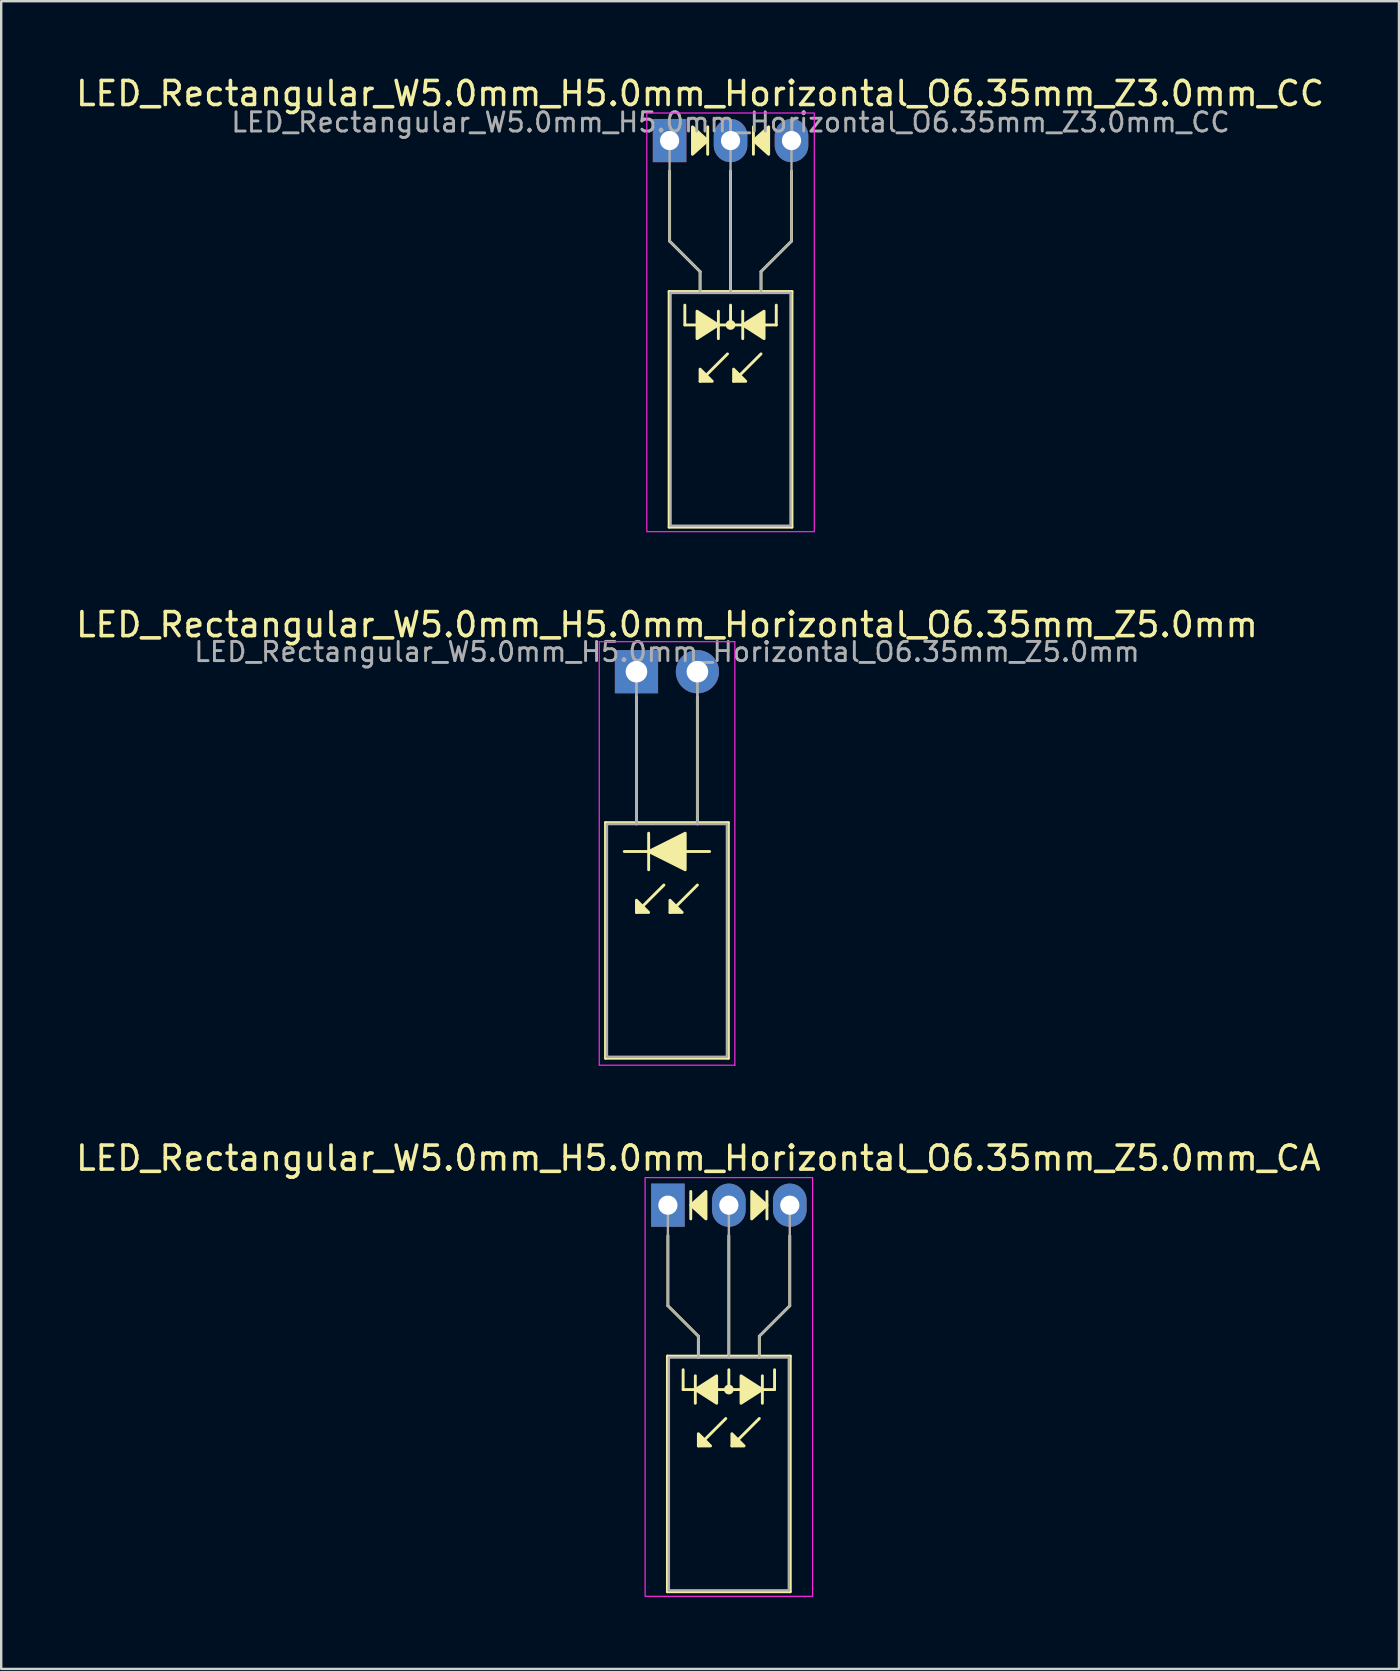
<source format=kicad_pcb>
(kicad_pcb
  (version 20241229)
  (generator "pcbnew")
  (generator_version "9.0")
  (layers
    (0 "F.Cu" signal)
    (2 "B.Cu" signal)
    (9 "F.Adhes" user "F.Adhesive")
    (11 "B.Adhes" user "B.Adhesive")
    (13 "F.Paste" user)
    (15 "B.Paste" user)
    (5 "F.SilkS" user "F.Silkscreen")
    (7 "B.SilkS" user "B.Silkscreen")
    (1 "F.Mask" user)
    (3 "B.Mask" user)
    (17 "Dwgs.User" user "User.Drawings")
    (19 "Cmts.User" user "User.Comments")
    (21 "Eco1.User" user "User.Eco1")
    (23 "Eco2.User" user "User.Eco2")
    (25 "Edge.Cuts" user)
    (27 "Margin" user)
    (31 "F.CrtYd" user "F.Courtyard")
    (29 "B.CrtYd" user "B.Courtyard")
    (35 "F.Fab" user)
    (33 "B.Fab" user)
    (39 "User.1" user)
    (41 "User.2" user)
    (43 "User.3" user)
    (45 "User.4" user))
  (footprint "LED_Rectangular_W5.0mm_H5.0mm_Horizontal_O6.35mm_Z5.0mm"
    (layer "F.Cu")
    (at 23.474 24.942)
    (property "Reference" "LED_Rectangular_W5.0mm_H5.0mm_Horizontal_O6.35mm_Z5.0mm" (at 1.27 -1.96 0) (layer "F.SilkS") (effects (font (size 1 1) (thickness 0.15))))
    (fp_line (start -1.29 6.29) (end -1.29 16.11) (stroke (width 0.12) (type solid)) (layer "F.SilkS"))
    (fp_line (start -1.29 16.11) (end 3.83 16.11) (stroke (width 0.12) (type solid)) (layer "F.SilkS"))
    (fp_line (start 0 1.08) (end 0 1.08) (stroke (width 0.12) (type solid)) (layer "F.SilkS"))
    (fp_line (start 0 1.08) (end 0 6.29) (stroke (width 0.12) (type solid)) (layer "F.SilkS"))
    (fp_line (start 0 6.29) (end 0 1.08) (stroke (width 0.12) (type solid)) (layer "F.SilkS"))
    (fp_line (start 0 6.29) (end 0 6.29) (stroke (width 0.12) (type solid)) (layer "F.SilkS"))
    (fp_line (start 0.508 6.731) (end 0.508 8.255) (stroke (width 0.12) (type solid)) (layer "F.SilkS"))
    (fp_line (start 0.508 7.493) (end -0.508 7.493) (stroke (width 0.12) (type solid)) (layer "F.SilkS"))
    (fp_line (start 1.143 8.89) (end 0 10.033) (stroke (width 0.12) (type solid)) (layer "F.SilkS"))
    (fp_line (start 2.54 1.08) (end 2.54 1.08) (stroke (width 0.12) (type solid)) (layer "F.SilkS"))
    (fp_line (start 2.54 1.08) (end 2.54 6.29) (stroke (width 0.12) (type solid)) (layer "F.SilkS"))
    (fp_line (start 2.54 6.29) (end 2.54 1.08) (stroke (width 0.12) (type solid)) (layer "F.SilkS"))
    (fp_line (start 2.54 6.29) (end 2.54 6.29) (stroke (width 0.12) (type solid)) (layer "F.SilkS"))
    (fp_line (start 2.54 8.89) (end 1.397 10.033) (stroke (width 0.12) (type solid)) (layer "F.SilkS"))
    (fp_line (start 3.048 7.493) (end 2.032 7.493) (stroke (width 0.12) (type solid)) (layer "F.SilkS"))
    (fp_line (start 3.83 6.29) (end -1.29 6.29) (stroke (width 0.12) (type solid)) (layer "F.SilkS"))
    (fp_line (start 3.83 16.11) (end 3.83 6.29) (stroke (width 0.12) (type solid)) (layer "F.SilkS"))
    (fp_poly (pts (xy 0 9.525) (xy 0.508 10.033) (xy 0 10.033)) (stroke (width 0.12) (type solid)) (fill yes) (layer "F.SilkS"))
    (fp_poly (pts (xy 1.397 9.525) (xy 1.905 10.033) (xy 1.397 10.033)) (stroke (width 0.12) (type solid)) (fill yes) (layer "F.SilkS"))
    (fp_poly (pts (xy 2.032 8.255) (xy 0.508 7.493) (xy 2.032 6.731)) (stroke (width 0.12) (type solid)) (fill yes) (layer "F.SilkS"))
    (fp_line (start -1.55 -1.25) (end -1.55 16.4) (stroke (width 0.05) (type solid)) (layer "F.CrtYd"))
    (fp_line (start -1.55 16.4) (end 4.1 16.4) (stroke (width 0.05) (type solid)) (layer "F.CrtYd"))
    (fp_line (start 4.1 -1.25) (end -1.55 -1.25) (stroke (width 0.05) (type solid)) (layer "F.CrtYd"))
    (fp_line (start 4.1 16.4) (end 4.1 -1.25) (stroke (width 0.05) (type solid)) (layer "F.CrtYd"))
    (fp_line (start -1.23 6.35) (end -1.23 16.05) (stroke (width 0.1) (type solid)) (layer "F.Fab"))
    (fp_line (start -1.23 16.05) (end 3.77 16.05) (stroke (width 0.1) (type solid)) (layer "F.Fab"))
    (fp_line (start 0 0) (end 0 0) (stroke (width 0.1) (type solid)) (layer "F.Fab"))
    (fp_line (start 0 0) (end 0 6.35) (stroke (width 0.1) (type solid)) (layer "F.Fab"))
    (fp_line (start 0 6.35) (end 0 0) (stroke (width 0.1) (type solid)) (layer "F.Fab"))
    (fp_line (start 0 6.35) (end 0 6.35) (stroke (width 0.1) (type solid)) (layer "F.Fab"))
    (fp_line (start 2.54 0) (end 2.54 0) (stroke (width 0.1) (type solid)) (layer "F.Fab"))
    (fp_line (start 2.54 0) (end 2.54 6.35) (stroke (width 0.1) (type solid)) (layer "F.Fab"))
    (fp_line (start 2.54 6.35) (end 2.54 0) (stroke (width 0.1) (type solid)) (layer "F.Fab"))
    (fp_line (start 2.54 6.35) (end 2.54 6.35) (stroke (width 0.1) (type solid)) (layer "F.Fab"))
    (fp_line (start 3.77 6.35) (end -1.23 6.35) (stroke (width 0.1) (type solid)) (layer "F.Fab"))
    (fp_line (start 3.77 16.05) (end 3.77 6.35) (stroke (width 0.1) (type solid)) (layer "F.Fab"))
    (fp_text user "${REFERENCE}" (at 1.27 -0.826 0) (layer "F.Fab") (effects (font (size 0.8 0.8) (thickness 0.12))))
    (pad "1" thru_hole rect (at 0 0) (size 1.8 1.8) (drill 0.9) (layers "*.Cu" "*.Mask"))
    (pad "2" thru_hole circle (at 2.54 0) (size 1.8 1.8) (drill 0.9) (layers "*.Cu" "*.Mask")))
  (footprint "LED_Rectangular_W5.0mm_H5.0mm_Horizontal_O6.35mm_Z5.0mm_CA"
    (layer "F.Cu")
    (at 24.784 47.175)
    (property "Reference" "LED_Rectangular_W5.0mm_H5.0mm_Horizontal_O6.35mm_Z5.0mm_CA" (at 1.27 -1.96 0) (layer "F.SilkS") (effects (font (size 1 1) (thickness 0.15))))
    (fp_line (start -0.02 6.29) (end -0.02 16.11) (stroke (width 0.12) (type solid)) (layer "F.SilkS"))
    (fp_line (start -0.02 16.11) (end 5.1 16.11) (stroke (width 0.12) (type solid)) (layer "F.SilkS"))
    (fp_line (start 0 1.27) (end 0 4.191) (stroke (width 0.12) (type default)) (layer "F.SilkS"))
    (fp_line (start 0 4.191) (end 1.27 5.461) (stroke (width 0.12) (type default)) (layer "F.SilkS"))
    (fp_line (start 0.635 7.684) (end 0.635 6.858) (stroke (width 0.12) (type default)) (layer "F.SilkS"))
    (fp_line (start 0.635 7.684) (end 4.445 7.684) (stroke (width 0.12) (type default)) (layer "F.SilkS"))
    (fp_line (start 0.953 -0.572) (end 0.953 0.572) (stroke (width 0.12) (type solid)) (layer "F.SilkS"))
    (fp_line (start 1.143 7.112) (end 1.143 8.255) (stroke (width 0.12) (type solid)) (layer "F.SilkS"))
    (fp_line (start 1.27 5.461) (end 1.27 6.29) (stroke (width 0.12) (type default)) (layer "F.SilkS"))
    (fp_line (start 1.27 6.29) (end 1.27 6.29) (stroke (width 0.12) (type solid)) (layer "F.SilkS"))
    (fp_line (start 2.413 8.89) (end 1.27 10.033) (stroke (width 0.12) (type solid)) (layer "F.SilkS"))
    (fp_line (start 2.54 6.29) (end 2.54 1.27) (stroke (width 0.12) (type default)) (layer "F.SilkS"))
    (fp_line (start 2.54 7.684) (end 2.54 6.858) (stroke (width 0.12) (type default)) (layer "F.SilkS"))
    (fp_line (start 3.81 5.461) (end 3.81 6.29) (stroke (width 0.12) (type default)) (layer "F.SilkS"))
    (fp_line (start 3.81 6.29) (end 3.81 6.29) (stroke (width 0.12) (type solid)) (layer "F.SilkS"))
    (fp_line (start 3.81 8.89) (end 2.667 10.033) (stroke (width 0.12) (type solid)) (layer "F.SilkS"))
    (fp_line (start 3.937 8.255) (end 3.937 7.112) (stroke (width 0.12) (type solid)) (layer "F.SilkS"))
    (fp_line (start 4.128 0.572) (end 4.128 -0.572) (stroke (width 0.12) (type solid)) (layer "F.SilkS"))
    (fp_line (start 4.445 7.684) (end 4.445 6.858) (stroke (width 0.12) (type default)) (layer "F.SilkS"))
    (fp_line (start 5.08 1.27) (end 5.08 4.191) (stroke (width 0.12) (type default)) (layer "F.SilkS"))
    (fp_line (start 5.08 4.191) (end 3.81 5.461) (stroke (width 0.12) (type default)) (layer "F.SilkS"))
    (fp_line (start 5.1 6.29) (end -0.02 6.29) (stroke (width 0.12) (type solid)) (layer "F.SilkS"))
    (fp_line (start 5.1 16.11) (end 5.1 6.29) (stroke (width 0.12) (type solid)) (layer "F.SilkS"))
    (fp_circle (center 2.54 7.684) (end 2.682 7.684) (stroke (width 0.12) (type solid)) (fill yes) (layer "F.SilkS"))
    (fp_poly (pts (xy 1.27 9.525) (xy 1.778 10.033) (xy 1.27 10.033)) (stroke (width 0.12) (type solid)) (fill yes) (layer "F.SilkS"))
    (fp_poly (pts (xy 1.587 0.572) (xy 0.953 0) (xy 1.587 -0.572)) (stroke (width 0.12) (type solid)) (fill yes) (layer "F.SilkS"))
    (fp_poly (pts (xy 2.032 8.255) (xy 1.143 7.684) (xy 2.032 7.112)) (stroke (width 0.12) (type solid)) (fill yes) (layer "F.SilkS"))
    (fp_poly (pts (xy 2.667 9.525) (xy 3.175 10.033) (xy 2.667 10.033)) (stroke (width 0.12) (type solid)) (fill yes) (layer "F.SilkS"))
    (fp_poly (pts (xy 3.048 7.112) (xy 3.937 7.684) (xy 3.048 8.255)) (stroke (width 0.12) (type solid)) (fill yes) (layer "F.SilkS"))
    (fp_poly (pts (xy 3.493 -0.572) (xy 4.128 0) (xy 3.493 0.572)) (stroke (width 0.12) (type solid)) (fill yes) (layer "F.SilkS"))
    (fp_rect (start -0.95 -1.15) (end 6.03 16.3) (stroke (width 0.05) (type default)) (fill no) (layer "F.CrtYd"))
    (fp_line (start 0 0) (end 0 0) (stroke (width 0.1) (type solid)) (layer "F.Fab"))
    (fp_line (start 0 4.191) (end 0 0) (stroke (width 0.1) (type default)) (layer "F.Fab"))
    (fp_line (start 0.04 6.35) (end 0.04 16.05) (stroke (width 0.1) (type solid)) (layer "F.Fab"))
    (fp_line (start 0.04 16.05) (end 5.04 16.05) (stroke (width 0.1) (type solid)) (layer "F.Fab"))
    (fp_line (start 1.27 5.461) (end 0 4.191) (stroke (width 0.1) (type default)) (layer "F.Fab"))
    (fp_line (start 1.27 5.461) (end 1.27 6.35) (stroke (width 0.1) (type default)) (layer "F.Fab"))
    (fp_line (start 1.27 6.35) (end 1.27 6.35) (stroke (width 0.1) (type solid)) (layer "F.Fab"))
    (fp_line (start 2.54 0) (end 2.54 0) (stroke (width 0.1) (type solid)) (layer "F.Fab"))
    (fp_line (start 2.54 0) (end 2.54 6.35) (stroke (width 0.1) (type default)) (layer "F.Fab"))
    (fp_line (start 3.81 5.461) (end 3.81 6.35) (stroke (width 0.1) (type default)) (layer "F.Fab"))
    (fp_line (start 3.81 5.461) (end 5.08 4.191) (stroke (width 0.1) (type default)) (layer "F.Fab"))
    (fp_line (start 3.81 6.35) (end 3.81 6.35) (stroke (width 0.1) (type solid)) (layer "F.Fab"))
    (fp_line (start 5.04 6.35) (end 0.04 6.35) (stroke (width 0.1) (type solid)) (layer "F.Fab"))
    (fp_line (start 5.04 16.05) (end 5.04 6.35) (stroke (width 0.1) (type solid)) (layer "F.Fab"))
    (fp_line (start 5.08 4.191) (end 5.08 0) (stroke (width 0.1) (type default)) (layer "F.Fab"))
    (pad "1" thru_hole rect (at 0 0) (size 1.4 1.8) (drill 0.8) (layers "*.Cu" "*.Mask"))
    (pad "2" thru_hole oval (at 2.54 0) (size 1.4 1.8) (drill 0.8) (layers "*.Cu" "*.Mask"))
    (pad "3" thru_hole oval (at 5.08 0) (size 1.4 1.8) (drill 0.8) (layers "*.Cu" "*.Mask")))
  (footprint "LED_Rectangular_W5.0mm_H5.0mm_Horizontal_O6.35mm_Z3.0mm_CC"
    (layer "F.Cu")
    (at 24.855 2.808)
    (property "Reference" "LED_Rectangular_W5.0mm_H5.0mm_Horizontal_O6.35mm_Z3.0mm_CC" (at 1.27 -1.96 0) (layer "F.SilkS") (effects (font (size 1 1) (thickness 0.15))))
    (fp_line (start -0.02 6.29) (end -0.02 16.11) (stroke (width 0.12) (type solid)) (layer "F.SilkS"))
    (fp_line (start -0.02 16.11) (end 5.1 16.11) (stroke (width 0.12) (type solid)) (layer "F.SilkS"))
    (fp_line (start 0 1.27) (end 0 4.191) (stroke (width 0.12) (type default)) (layer "F.SilkS"))
    (fp_line (start 0 4.191) (end 1.27 5.461) (stroke (width 0.12) (type default)) (layer "F.SilkS"))
    (fp_line (start 0.635 7.684) (end 0.635 6.858) (stroke (width 0.12) (type default)) (layer "F.SilkS"))
    (fp_line (start 0.635 7.684) (end 4.445 7.684) (stroke (width 0.12) (type default)) (layer "F.SilkS"))
    (fp_line (start 1.27 5.461) (end 1.27 6.29) (stroke (width 0.12) (type default)) (layer "F.SilkS"))
    (fp_line (start 1.27 6.29) (end 1.27 6.29) (stroke (width 0.12) (type solid)) (layer "F.SilkS"))
    (fp_line (start 1.587 0.572) (end 1.587 -0.572) (stroke (width 0.12) (type solid)) (layer "F.SilkS"))
    (fp_line (start 2.032 8.255) (end 2.032 7.112) (stroke (width 0.12) (type solid)) (layer "F.SilkS"))
    (fp_line (start 2.413 8.89) (end 1.27 10.033) (stroke (width 0.12) (type solid)) (layer "F.SilkS"))
    (fp_line (start 2.54 6.29) (end 2.54 1.27) (stroke (width 0.12) (type default)) (layer "F.SilkS"))
    (fp_line (start 2.54 7.684) (end 2.54 6.858) (stroke (width 0.12) (type default)) (layer "F.SilkS"))
    (fp_line (start 3.048 7.112) (end 3.048 8.255) (stroke (width 0.12) (type solid)) (layer "F.SilkS"))
    (fp_line (start 3.493 -0.572) (end 3.493 0.572) (stroke (width 0.12) (type solid)) (layer "F.SilkS"))
    (fp_line (start 3.81 5.461) (end 3.81 6.29) (stroke (width 0.12) (type default)) (layer "F.SilkS"))
    (fp_line (start 3.81 6.29) (end 3.81 6.29) (stroke (width 0.12) (type solid)) (layer "F.SilkS"))
    (fp_line (start 3.81 8.89) (end 2.667 10.033) (stroke (width 0.12) (type solid)) (layer "F.SilkS"))
    (fp_line (start 4.445 7.684) (end 4.445 6.858) (stroke (width 0.12) (type default)) (layer "F.SilkS"))
    (fp_line (start 5.08 1.27) (end 5.08 4.191) (stroke (width 0.12) (type default)) (layer "F.SilkS"))
    (fp_line (start 5.08 4.191) (end 3.81 5.461) (stroke (width 0.12) (type default)) (layer "F.SilkS"))
    (fp_line (start 5.1 6.29) (end -0.02 6.29) (stroke (width 0.12) (type solid)) (layer "F.SilkS"))
    (fp_line (start 5.1 16.11) (end 5.1 6.29) (stroke (width 0.12) (type solid)) (layer "F.SilkS"))
    (fp_circle (center 2.54 7.684) (end 2.682 7.684) (stroke (width 0.12) (type solid)) (fill yes) (layer "F.SilkS"))
    (fp_poly (pts (xy 0.953 -0.572) (xy 1.587 0) (xy 0.953 0.572)) (stroke (width 0.12) (type solid)) (fill yes) (layer "F.SilkS"))
    (fp_poly (pts (xy 1.143 7.112) (xy 2.032 7.684) (xy 1.143 8.255)) (stroke (width 0.12) (type solid)) (fill yes) (layer "F.SilkS"))
    (fp_poly (pts (xy 1.27 9.525) (xy 1.778 10.033) (xy 1.27 10.033)) (stroke (width 0.12) (type solid)) (fill yes) (layer "F.SilkS"))
    (fp_poly (pts (xy 2.667 9.525) (xy 3.175 10.033) (xy 2.667 10.033)) (stroke (width 0.12) (type solid)) (fill yes) (layer "F.SilkS"))
    (fp_poly (pts (xy 3.937 8.255) (xy 3.048 7.684) (xy 3.937 7.112)) (stroke (width 0.12) (type solid)) (fill yes) (layer "F.SilkS"))
    (fp_poly (pts (xy 4.128 0.572) (xy 3.493 0) (xy 4.128 -0.572)) (stroke (width 0.12) (type solid)) (fill yes) (layer "F.SilkS"))
    (fp_rect (start -0.95 -1.15) (end 6.03 16.3) (stroke (width 0.05) (type default)) (fill no) (layer "F.CrtYd"))
    (fp_line (start 0 0) (end 0 0) (stroke (width 0.1) (type solid)) (layer "F.Fab"))
    (fp_line (start 0 4.191) (end 0 0) (stroke (width 0.1) (type default)) (layer "F.Fab"))
    (fp_line (start 0.04 6.35) (end 0.04 16.05) (stroke (width 0.1) (type solid)) (layer "F.Fab"))
    (fp_line (start 0.04 16.05) (end 5.04 16.05) (stroke (width 0.1) (type solid)) (layer "F.Fab"))
    (fp_line (start 1.27 5.461) (end 0 4.191) (stroke (width 0.1) (type default)) (layer "F.Fab"))
    (fp_line (start 1.27 5.461) (end 1.27 6.35) (stroke (width 0.1) (type default)) (layer "F.Fab"))
    (fp_line (start 1.27 6.35) (end 1.27 6.35) (stroke (width 0.1) (type solid)) (layer "F.Fab"))
    (fp_line (start 2.54 0) (end 2.54 0) (stroke (width 0.1) (type solid)) (layer "F.Fab"))
    (fp_line (start 2.54 0) (end 2.54 6.35) (stroke (width 0.1) (type default)) (layer "F.Fab"))
    (fp_line (start 3.81 5.461) (end 3.81 6.35) (stroke (width 0.1) (type default)) (layer "F.Fab"))
    (fp_line (start 3.81 5.461) (end 5.08 4.191) (stroke (width 0.1) (type default)) (layer "F.Fab"))
    (fp_line (start 3.81 6.35) (end 3.81 6.35) (stroke (width 0.1) (type solid)) (layer "F.Fab"))
    (fp_line (start 5.04 6.35) (end 0.04 6.35) (stroke (width 0.1) (type solid)) (layer "F.Fab"))
    (fp_line (start 5.04 16.05) (end 5.04 6.35) (stroke (width 0.1) (type solid)) (layer "F.Fab"))
    (fp_line (start 5.08 4.191) (end 5.08 0) (stroke (width 0.1) (type default)) (layer "F.Fab"))
    (fp_text user "${REFERENCE}" (at 2.54 -0.762 0) (layer "F.Fab") (effects (font (size 0.8 0.8) (thickness 0.12))))
    (pad "1" thru_hole rect (at 0 0) (size 1.4 1.8) (drill 0.8) (layers "*.Cu" "*.Mask"))
    (pad "2" thru_hole oval (at 2.54 0) (size 1.4 1.8) (drill 0.8) (layers "*.Cu" "*.Mask"))
    (pad "3" thru_hole oval (at 5.08 0) (size 1.4 1.8) (drill 0.8) (layers "*.Cu" "*.Mask")))
  (gr_rect
    (start -3 -3)
    (end 55.25 66.5)
    (stroke (width 0.1) (type default))
    (fill no)
    (layer "Edge.Cuts")))
</source>
